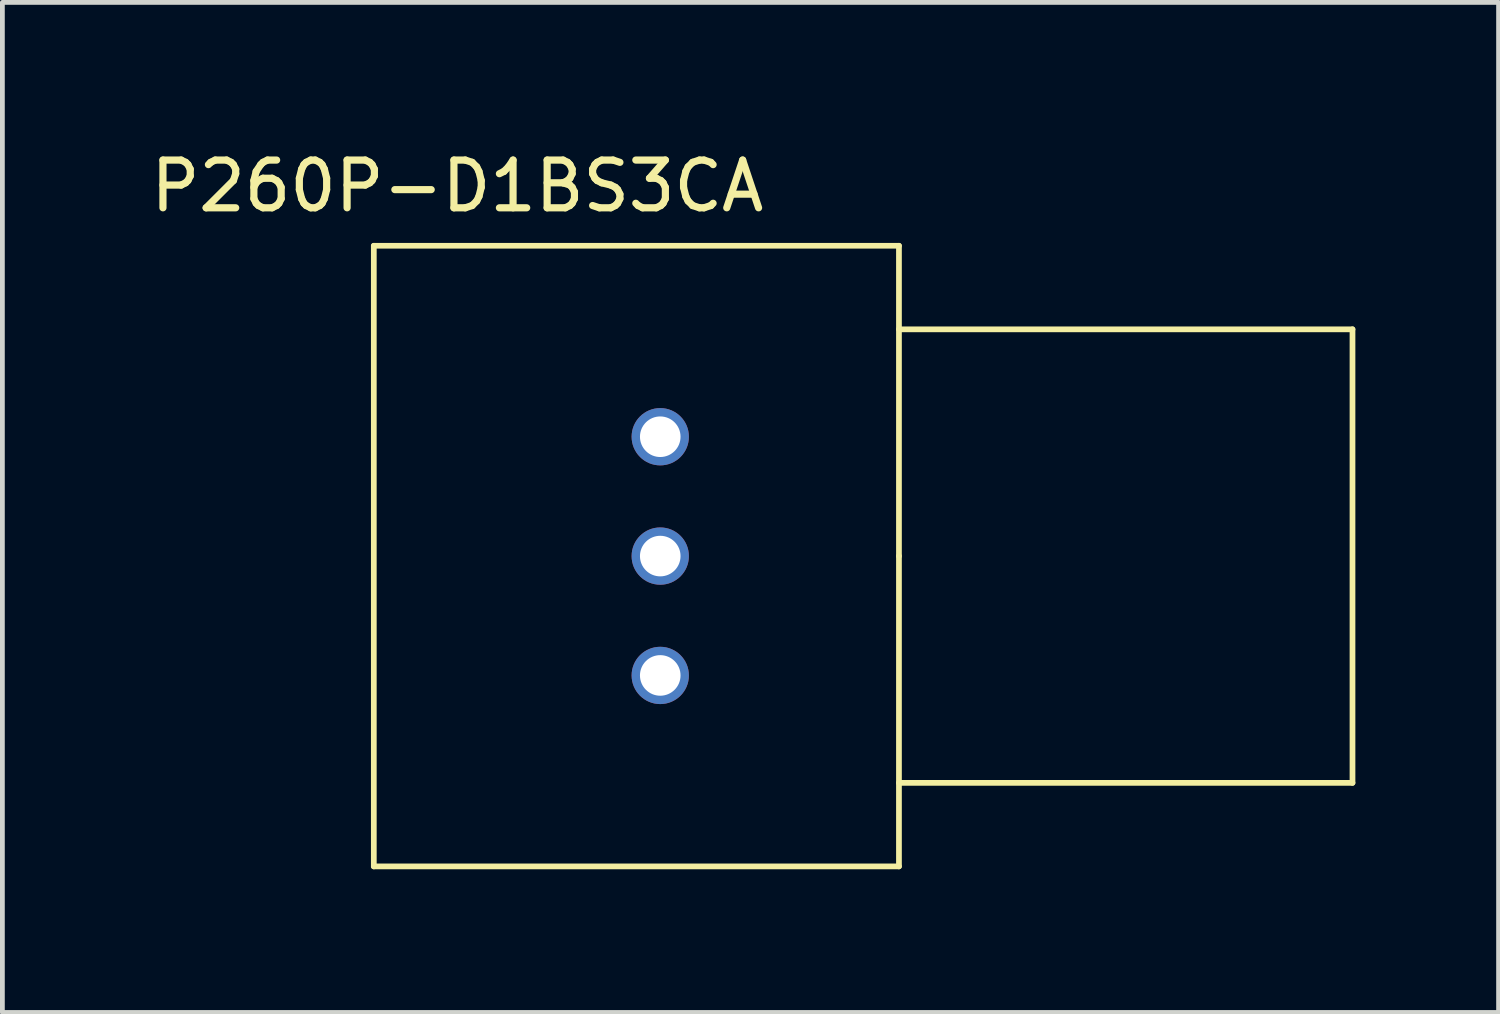
<source format=kicad_pcb>
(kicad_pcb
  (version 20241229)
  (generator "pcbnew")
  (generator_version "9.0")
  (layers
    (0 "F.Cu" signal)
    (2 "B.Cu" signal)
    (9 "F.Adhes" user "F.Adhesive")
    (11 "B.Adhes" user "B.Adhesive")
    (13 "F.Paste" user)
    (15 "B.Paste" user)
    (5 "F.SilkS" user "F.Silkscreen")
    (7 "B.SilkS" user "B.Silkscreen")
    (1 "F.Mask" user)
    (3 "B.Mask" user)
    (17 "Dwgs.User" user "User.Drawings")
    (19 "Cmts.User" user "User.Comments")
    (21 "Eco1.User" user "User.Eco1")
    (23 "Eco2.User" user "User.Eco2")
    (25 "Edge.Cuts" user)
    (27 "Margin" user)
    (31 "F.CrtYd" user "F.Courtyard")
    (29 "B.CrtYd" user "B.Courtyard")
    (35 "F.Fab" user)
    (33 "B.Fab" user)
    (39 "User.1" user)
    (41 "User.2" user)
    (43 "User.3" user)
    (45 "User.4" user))
  (footprint "P260P-D1BS3CA"
    (layer "F.Cu")
    (at 10.78 11.098)
    (property "Reference" "P260P-D1BS3CA" (at -4.25 -10.25 0) (layer "F.SilkS") (effects (font (size 1 1) (thickness 0.15))))
    (attr through_hole)
    (fp_line (start -6 -9) (end -6 4) (stroke (width 0.12) (type solid)) (layer "F.SilkS"))
    (fp_line (start -6 4) (end 5 4) (stroke (width 0.12) (type solid)) (layer "F.SilkS"))
    (fp_line (start 5 -9) (end -6 -9) (stroke (width 0.12) (type solid)) (layer "F.SilkS"))
    (fp_line (start 5 -7.25) (end 14.5 -7.25) (stroke (width 0.12) (type solid)) (layer "F.SilkS"))
    (fp_line (start 5 -2.5) (end 5 -9) (stroke (width 0.12) (type solid)) (layer "F.SilkS"))
    (fp_line (start 5 4) (end 5 -2.5) (stroke (width 0.12) (type solid)) (layer "F.SilkS"))
    (fp_line (start 14.5 -7.25) (end 14.5 2.25) (stroke (width 0.12) (type solid)) (layer "F.SilkS"))
    (fp_line (start 14.5 2.25) (end 5 2.25) (stroke (width 0.12) (type solid)) (layer "F.SilkS"))
    (pad "1" thru_hole circle (at 0 0) (size 1.2 1.2) (drill 0.85) (layers "*.Cu" "*.Mask"))
    (pad "2" thru_hole circle (at 0 -2.5) (size 1.2 1.2) (drill 0.85) (layers "*.Cu" "*.Mask"))
    (pad "3" thru_hole circle (at 0 -5) (size 1.2 1.2) (drill 0.85) (layers "*.Cu" "*.Mask")))
  (gr_rect
    (start -3 -3)
    (end 28.34 18.158)
    (stroke (width 0.1) (type default))
    (fill no)
    (layer "Edge.Cuts")))
</source>
